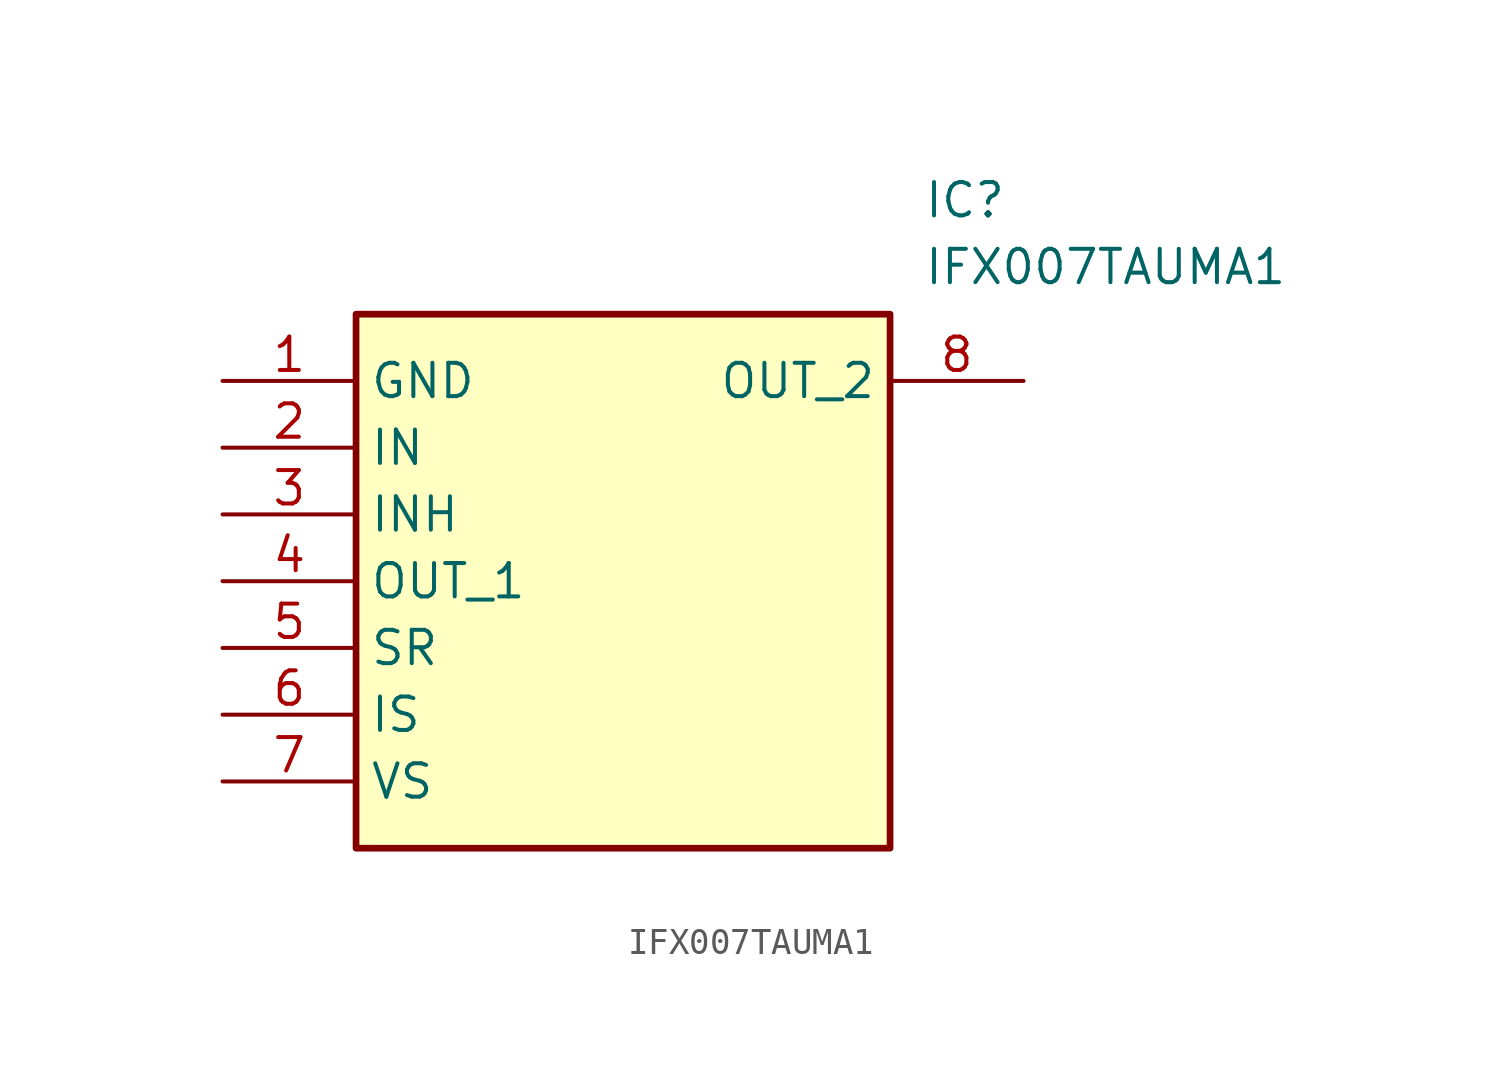
<source format=kicad_sym>
(kicad_symbol_lib
  (version 20211014)
  (generator SamacSys_ECAD_Model)
  (symbol "IFX007TAUMA1"
    (property "Reference" "IC"
      (at 26.67 7.62 0)
      (effects (font (size 1.27 1.27)) (justify left top)))
    (property "Value" "IFX007TAUMA1"
      (at 26.67 5.08 0)
      (effects (font (size 1.27 1.27)) (justify left top)))
    (rectangle
      (start 5.08 2.54)
      (end 25.4 -17.78)
      (stroke (width 0.254) (type default))
      (fill (type background)))
    (pin passive line
      (at 0 0 0)
      (length 5.08)
      (name "GND" (effects (font (size 1.27 1.27))))
      (number "1" (effects (font (size 1.27 1.27)))))
    (pin passive line
      (at 0 -2.54 0)
      (length 5.08)
      (name "IN" (effects (font (size 1.27 1.27))))
      (number "2" (effects (font (size 1.27 1.27)))))
    (pin passive line
      (at 0 -5.08 0)
      (length 5.08)
      (name "INH" (effects (font (size 1.27 1.27))))
      (number "3" (effects (font (size 1.27 1.27)))))
    (pin passive line
      (at 0 -7.62 0)
      (length 5.08)
      (name "OUT_1" (effects (font (size 1.27 1.27))))
      (number "4" (effects (font (size 1.27 1.27)))))
    (pin passive line
      (at 0 -10.16 0)
      (length 5.08)
      (name "SR" (effects (font (size 1.27 1.27))))
      (number "5" (effects (font (size 1.27 1.27)))))
    (pin passive line
      (at 0 -12.7 0)
      (length 5.08)
      (name "IS" (effects (font (size 1.27 1.27))))
      (number "6" (effects (font (size 1.27 1.27)))))
    (pin passive line
      (at 0 -15.24 0)
      (length 5.08)
      (name "VS" (effects (font (size 1.27 1.27))))
      (number "7" (effects (font (size 1.27 1.27)))))
    (pin passive line
      (at 30.48 0 180)
      (length 5.08)
      (name "OUT_2" (effects (font (size 1.27 1.27))))
      (number "8" (effects (font (size 1.27 1.27)))))))
</source>
